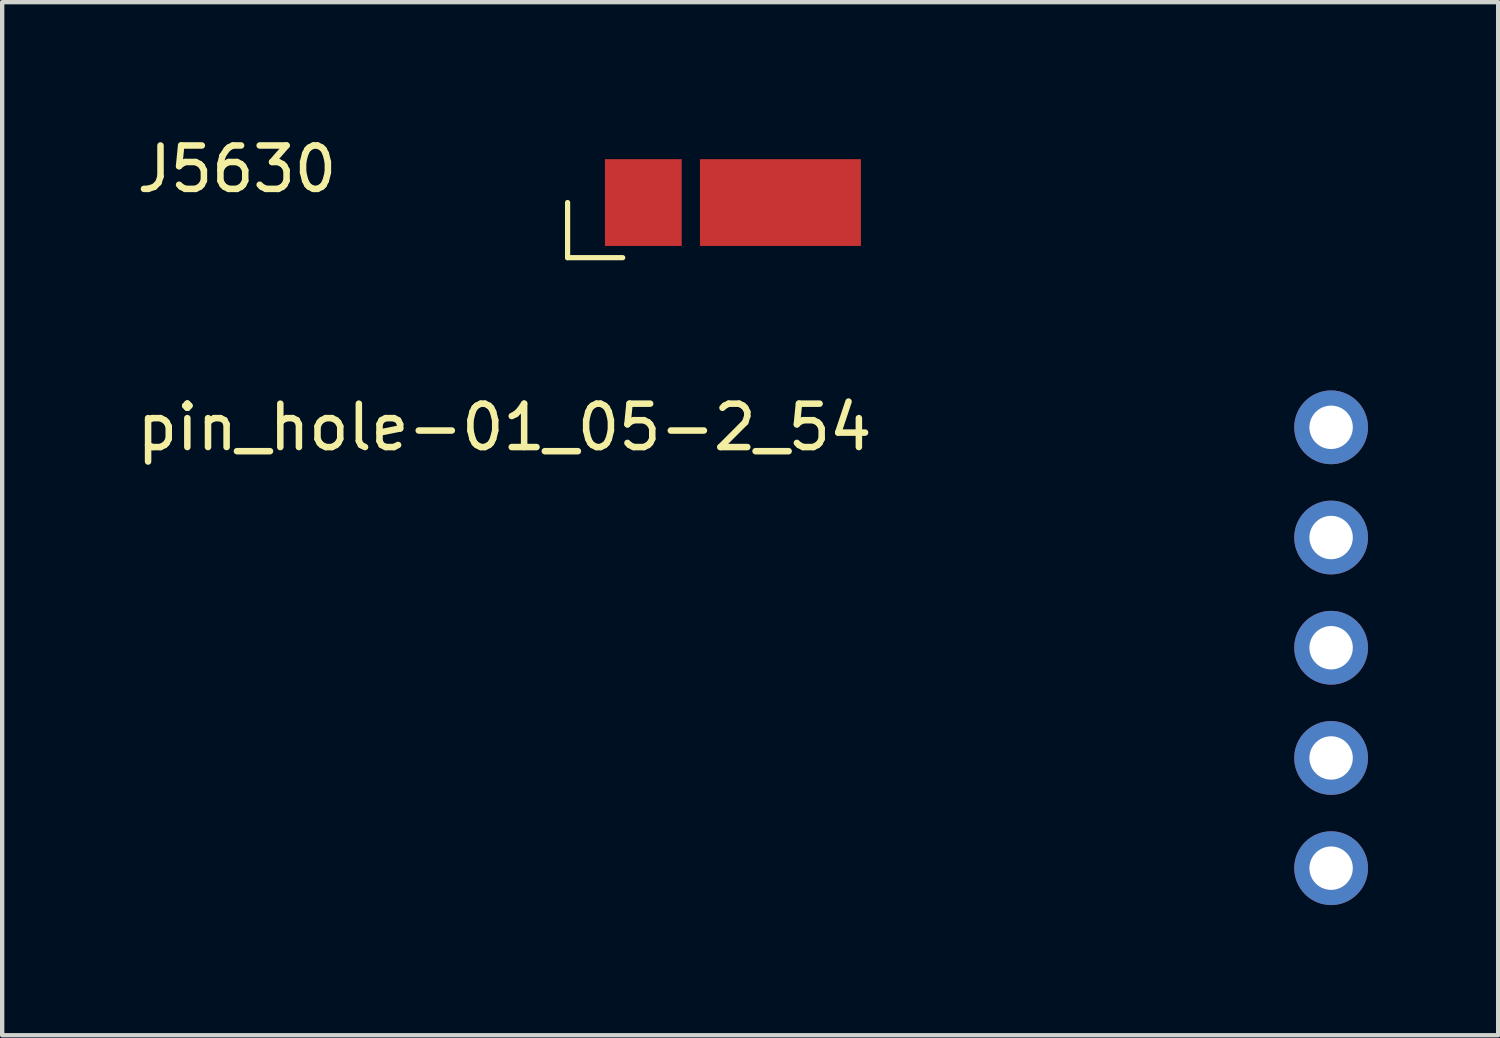
<source format=kicad_pcb>
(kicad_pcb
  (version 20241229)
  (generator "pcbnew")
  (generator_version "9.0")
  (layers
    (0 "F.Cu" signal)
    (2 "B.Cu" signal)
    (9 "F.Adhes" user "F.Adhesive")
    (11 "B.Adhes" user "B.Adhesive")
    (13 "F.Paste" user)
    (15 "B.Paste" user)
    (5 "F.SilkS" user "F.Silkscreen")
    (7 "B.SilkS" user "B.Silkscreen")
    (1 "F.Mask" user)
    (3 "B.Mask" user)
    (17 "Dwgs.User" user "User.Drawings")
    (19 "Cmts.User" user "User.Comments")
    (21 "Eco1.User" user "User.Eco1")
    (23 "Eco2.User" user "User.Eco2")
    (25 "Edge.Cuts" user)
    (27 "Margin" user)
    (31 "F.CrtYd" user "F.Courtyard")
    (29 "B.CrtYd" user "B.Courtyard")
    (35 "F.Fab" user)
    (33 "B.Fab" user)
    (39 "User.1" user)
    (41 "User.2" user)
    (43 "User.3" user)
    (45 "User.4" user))
  (footprint "J5630"
    (layer "F.Cu")
    (at 13.841 1.618)
    (property "Reference" "J5630" (at -11.43 -0.77 0) (layer "F.SilkS") (effects (font (size 1 1) (thickness 0.15))))
    (attr through_hole)
    (fp_line (start -3.81 0) (end -3.81 1.27) (stroke (width 0.12) (type solid)) (layer "F.SilkS"))
    (fp_line (start -3.81 1.27) (end -2.54 1.27) (stroke (width 0.12) (type solid)) (layer "F.SilkS"))
    (pad "1" smd rect (at -2.065 0) (size 1.77 2) (layers "F.Cu" "F.Mask" "F.Paste"))
    (pad "2" smd rect (at 1.095 0) (size 3.71 2) (layers "F.Cu" "F.Mask" "F.Paste")))
  (footprint "pin_hole-01_05-2_54"
    (layer "F.Cu")
    (at 27.627 11.878)
    (property "Reference" "pin_hole-01_05-2_54" (at -19.05 -5.08 0) (layer "F.SilkS") (effects (font (size 1 1) (thickness 0.15))))
    (attr through_hole)
    (pad "1" thru_hole circle (at 0 -5.08) (size 1.7 1.7) (drill 1) (layers "*.Cu" "*.Mask"))
    (pad "2" thru_hole oval (at 0 -2.54) (size 1.7 1.7) (drill 1) (layers "*.Cu" "*.Mask"))
    (pad "3" thru_hole oval (at 0 0) (size 1.7 1.7) (drill 1) (layers "*.Cu" "*.Mask"))
    (pad "4" thru_hole oval (at 0 2.54) (size 1.7 1.7) (drill 1) (layers "*.Cu" "*.Mask"))
    (pad "5" thru_hole oval (at 0 5.08) (size 1.7 1.7) (drill 1) (layers "*.Cu" "*.Mask")))
  (gr_rect
    (start -3 -3)
    (end 31.477 20.808)
    (stroke (width 0.1) (type default))
    (fill no)
    (layer "Edge.Cuts")))
</source>
